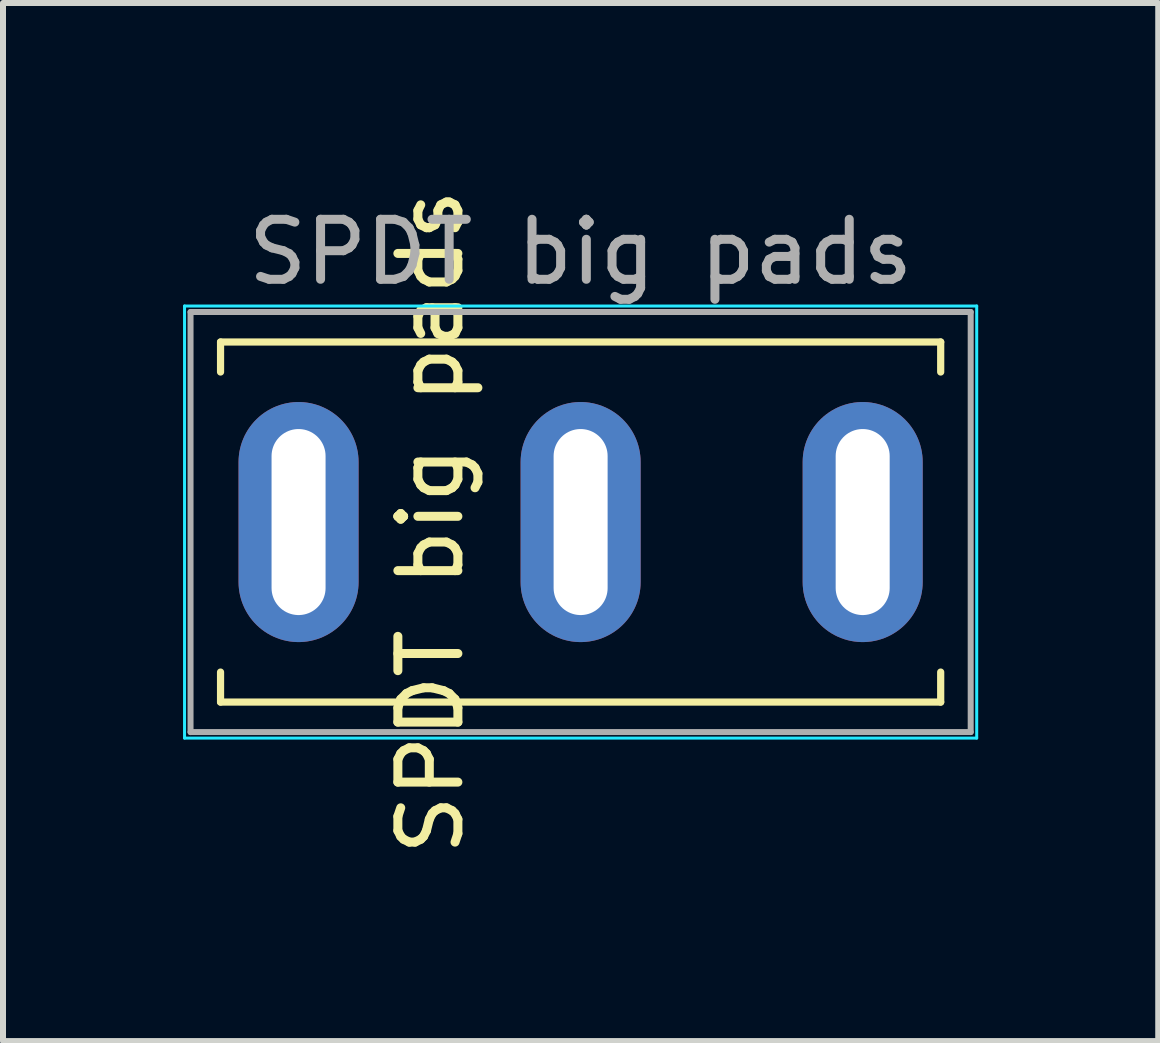
<source format=kicad_pcb>
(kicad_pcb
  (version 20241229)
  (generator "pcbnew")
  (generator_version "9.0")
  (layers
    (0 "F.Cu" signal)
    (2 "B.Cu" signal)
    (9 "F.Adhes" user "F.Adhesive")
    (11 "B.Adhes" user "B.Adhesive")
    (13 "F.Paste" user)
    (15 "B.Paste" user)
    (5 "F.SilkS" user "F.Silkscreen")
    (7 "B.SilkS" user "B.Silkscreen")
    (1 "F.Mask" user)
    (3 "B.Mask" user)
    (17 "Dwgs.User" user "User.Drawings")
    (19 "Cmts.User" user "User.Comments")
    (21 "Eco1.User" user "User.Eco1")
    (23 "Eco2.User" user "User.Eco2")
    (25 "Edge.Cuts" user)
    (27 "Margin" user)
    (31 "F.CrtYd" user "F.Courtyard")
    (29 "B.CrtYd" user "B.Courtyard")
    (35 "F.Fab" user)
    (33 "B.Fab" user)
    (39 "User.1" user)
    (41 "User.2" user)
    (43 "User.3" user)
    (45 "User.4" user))
  (footprint "SPDT big pads"
    (layer "F.Cu")
    (at 6.625 5.649)
    (property "Reference" "SPDT big pads" (at -2.5 0 90) (layer "F.SilkS") (effects (font (size 1 1) (thickness 0.15))))
    (attr through_hole)
    (fp_line (start -6 -3) (end 6 -3) (stroke (width 0.12) (type solid)) (layer "F.SilkS"))
    (fp_line (start -6 -2.5) (end -6 -3) (stroke (width 0.12) (type solid)) (layer "F.SilkS"))
    (fp_line (start -6 3) (end -6 2.5) (stroke (width 0.12) (type solid)) (layer "F.SilkS"))
    (fp_line (start 6 -3) (end 6 -2.5) (stroke (width 0.12) (type solid)) (layer "F.SilkS"))
    (fp_line (start 6 3) (end -6 3) (stroke (width 0.12) (type solid)) (layer "F.SilkS"))
    (fp_line (start 6 3) (end 6 2.5) (stroke (width 0.12) (type solid)) (layer "F.SilkS"))
    (fp_line (start -6.6 -3.6) (end 6.6 -3.6) (stroke (width 0.05) (type solid)) (layer "B.CrtYd"))
    (fp_line (start -6.6 3.6) (end -6.6 -3.6) (stroke (width 0.05) (type solid)) (layer "B.CrtYd"))
    (fp_line (start 6.6 -3.6) (end 6.6 3.6) (stroke (width 0.05) (type solid)) (layer "B.CrtYd"))
    (fp_line (start 6.6 3.6) (end -6.6 3.6) (stroke (width 0.05) (type solid)) (layer "B.CrtYd"))
    (fp_line (start -6.5 -3.5) (end 6.5 -3.5) (stroke (width 0.1) (type solid)) (layer "F.Fab"))
    (fp_line (start -6.5 3.5) (end -6.5 -3.5) (stroke (width 0.1) (type solid)) (layer "F.Fab"))
    (fp_line (start 6.5 -3.5) (end 6.5 3.5) (stroke (width 0.1) (type solid)) (layer "F.Fab"))
    (fp_line (start 6.5 3.5) (end -6.5 3.5) (stroke (width 0.1) (type solid)) (layer "F.Fab"))
    (fp_text user "${REFERENCE}" (at 0 -4.5 0) (layer "F.Fab") (effects (font (size 1 1) (thickness 0.15))))
    (pad "1" thru_hole oval (at -4.7 0) (size 2 4) (drill oval 0.9 3.1) (layers "*.Cu" "*.Mask"))
    (pad "2" thru_hole oval (at 0 0) (size 2 4) (drill oval 0.9 3.1) (layers "*.Cu" "*.Mask"))
    (pad "3" thru_hole oval (at 4.7 0) (size 2 4) (drill oval 0.9 3.1) (layers "*.Cu" "*.Mask")))
  (gr_rect
    (start -3 -3)
    (end 16.25 14.298)
    (stroke (width 0.1) (type default))
    (fill no)
    (layer "Edge.Cuts")))
</source>
